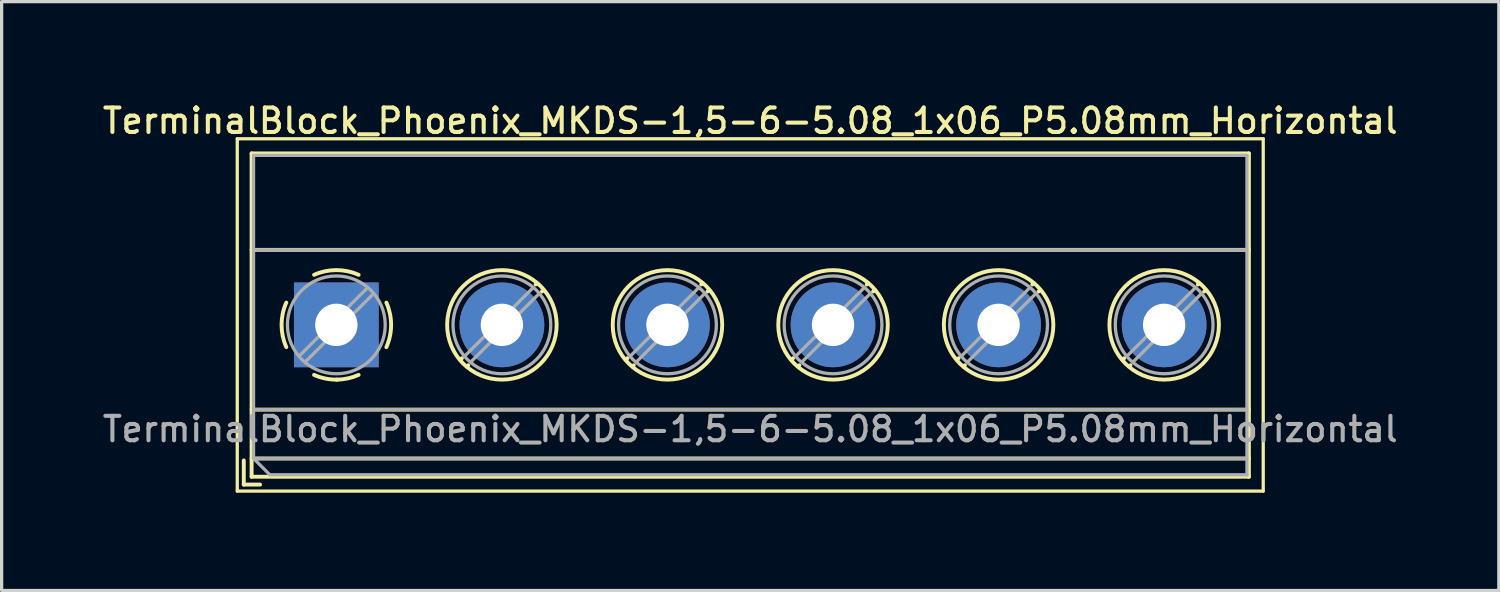
<source format=kicad_pcb>
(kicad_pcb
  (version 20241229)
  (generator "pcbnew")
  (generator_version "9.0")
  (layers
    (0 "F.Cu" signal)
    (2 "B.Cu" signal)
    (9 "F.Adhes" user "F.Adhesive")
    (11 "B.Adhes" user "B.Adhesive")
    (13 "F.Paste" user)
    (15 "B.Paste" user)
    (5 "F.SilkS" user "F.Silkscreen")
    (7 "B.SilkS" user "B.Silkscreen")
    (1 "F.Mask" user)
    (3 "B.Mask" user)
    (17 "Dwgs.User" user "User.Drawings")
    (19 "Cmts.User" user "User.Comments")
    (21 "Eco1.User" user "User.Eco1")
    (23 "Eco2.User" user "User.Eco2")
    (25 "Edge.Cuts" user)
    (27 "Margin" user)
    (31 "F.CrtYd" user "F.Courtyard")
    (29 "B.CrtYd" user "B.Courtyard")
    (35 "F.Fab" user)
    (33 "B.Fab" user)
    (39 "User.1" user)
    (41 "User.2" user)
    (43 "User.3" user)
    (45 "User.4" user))
  (footprint "TerminalBlock_Phoenix_MKDS-1,5-6-5.08_1x06_P5.08mm_Horizontal"
    (layer "F.Cu")
    (at 7.27 6.918)
    (property "Reference" "TerminalBlock_Phoenix_MKDS-1,5-6-5.08_1x06_P5.08mm_Horizontal" (at 12.7 -6.26 0) (layer "F.SilkS") (effects (font (size 0.75 0.75) (thickness 0.125))))
    (attr through_hole)
    (fp_line (start -3.04 -5.71) (end -3.04 5.1) (stroke (width 0.1) (type solid)) (layer "F.SilkS"))
    (fp_line (start -3.04 5.1) (end 28.44 5.1) (stroke (width 0.1) (type solid)) (layer "F.SilkS"))
    (fp_line (start -2.84 4.16) (end -2.84 4.9) (stroke (width 0.12) (type solid)) (layer "F.SilkS"))
    (fp_line (start -2.84 4.9) (end -2.34 4.9) (stroke (width 0.12) (type solid)) (layer "F.SilkS"))
    (fp_line (start -2.6 -5.261) (end -2.6 4.66) (stroke (width 0.12) (type solid)) (layer "F.SilkS"))
    (fp_line (start -2.6 -5.261) (end 28 -5.261) (stroke (width 0.12) (type solid)) (layer "F.SilkS"))
    (fp_line (start -2.6 -2.301) (end 28 -2.301) (stroke (width 0.12) (type solid)) (layer "F.SilkS"))
    (fp_line (start -2.6 2.6) (end 28 2.6) (stroke (width 0.12) (type solid)) (layer "F.SilkS"))
    (fp_line (start -2.6 4.1) (end 28 4.1) (stroke (width 0.12) (type solid)) (layer "F.SilkS"))
    (fp_line (start -2.6 4.66) (end 28 4.66) (stroke (width 0.12) (type solid)) (layer "F.SilkS"))
    (fp_line (start 3.853 1.023) (end 3.806 1.069) (stroke (width 0.12) (type solid)) (layer "F.SilkS"))
    (fp_line (start 4.046 1.239) (end 4.011 1.274) (stroke (width 0.12) (type solid)) (layer "F.SilkS"))
    (fp_line (start 6.15 -1.275) (end 6.115 -1.239) (stroke (width 0.12) (type solid)) (layer "F.SilkS"))
    (fp_line (start 6.355 -1.069) (end 6.308 -1.023) (stroke (width 0.12) (type solid)) (layer "F.SilkS"))
    (fp_line (start 8.933 1.023) (end 8.886 1.069) (stroke (width 0.12) (type solid)) (layer "F.SilkS"))
    (fp_line (start 9.126 1.239) (end 9.091 1.274) (stroke (width 0.12) (type solid)) (layer "F.SilkS"))
    (fp_line (start 11.23 -1.275) (end 11.195 -1.239) (stroke (width 0.12) (type solid)) (layer "F.SilkS"))
    (fp_line (start 11.435 -1.069) (end 11.388 -1.023) (stroke (width 0.12) (type solid)) (layer "F.SilkS"))
    (fp_line (start 14.013 1.023) (end 13.966 1.069) (stroke (width 0.12) (type solid)) (layer "F.SilkS"))
    (fp_line (start 14.206 1.239) (end 14.171 1.274) (stroke (width 0.12) (type solid)) (layer "F.SilkS"))
    (fp_line (start 16.31 -1.275) (end 16.275 -1.239) (stroke (width 0.12) (type solid)) (layer "F.SilkS"))
    (fp_line (start 16.515 -1.069) (end 16.468 -1.023) (stroke (width 0.12) (type solid)) (layer "F.SilkS"))
    (fp_line (start 19.093 1.023) (end 19.046 1.069) (stroke (width 0.12) (type solid)) (layer "F.SilkS"))
    (fp_line (start 19.286 1.239) (end 19.251 1.274) (stroke (width 0.12) (type solid)) (layer "F.SilkS"))
    (fp_line (start 21.39 -1.275) (end 21.355 -1.239) (stroke (width 0.12) (type solid)) (layer "F.SilkS"))
    (fp_line (start 21.595 -1.069) (end 21.548 -1.023) (stroke (width 0.12) (type solid)) (layer "F.SilkS"))
    (fp_line (start 24.173 1.023) (end 24.126 1.069) (stroke (width 0.12) (type solid)) (layer "F.SilkS"))
    (fp_line (start 24.366 1.239) (end 24.331 1.274) (stroke (width 0.12) (type solid)) (layer "F.SilkS"))
    (fp_line (start 26.47 -1.275) (end 26.435 -1.239) (stroke (width 0.12) (type solid)) (layer "F.SilkS"))
    (fp_line (start 26.675 -1.069) (end 26.628 -1.023) (stroke (width 0.12) (type solid)) (layer "F.SilkS"))
    (fp_line (start 28 -5.261) (end 28 4.66) (stroke (width 0.12) (type solid)) (layer "F.SilkS"))
    (fp_line (start 28.44 -5.71) (end -3.04 -5.71) (stroke (width 0.1) (type solid)) (layer "F.SilkS"))
    (fp_line (start 28.44 5.1) (end 28.44 -5.71) (stroke (width 0.1) (type solid)) (layer "F.SilkS"))
    (fp_arc (start -1.535427 0.683042) (mid -1.680501 -0.000524) (end -1.535 -0.684) (stroke (width 0.12) (type solid)) (layer "F.SilkS"))
    (fp_arc (start -0.683042 -1.535427) (mid 0.000524 -1.680501) (end 0.684 -1.535) (stroke (width 0.12) (type solid)) (layer "F.SilkS"))
    (fp_arc (start 0.028805 1.680253) (mid -0.335551 1.646659) (end -0.684 1.535) (stroke (width 0.12) (type solid)) (layer "F.SilkS"))
    (fp_arc (start 0.683318 1.534756) (mid 0.349292 1.643288) (end 0 1.68) (stroke (width 0.12) (type solid)) (layer "F.SilkS"))
    (fp_arc (start 1.535427 -0.683042) (mid 1.680501 0.000524) (end 1.535 0.684) (stroke (width 0.12) (type solid)) (layer "F.SilkS"))
    (fp_circle (center 5.08 0) (end 6.76 0) (stroke (width 0.12) (type solid)) (fill no) (layer "F.SilkS"))
    (fp_circle (center 10.16 0) (end 11.84 0) (stroke (width 0.12) (type solid)) (fill no) (layer "F.SilkS"))
    (fp_circle (center 15.24 0) (end 16.92 0) (stroke (width 0.12) (type solid)) (fill no) (layer "F.SilkS"))
    (fp_circle (center 20.32 0) (end 22 0) (stroke (width 0.12) (type solid)) (fill no) (layer "F.SilkS"))
    (fp_circle (center 25.4 0) (end 27.08 0) (stroke (width 0.12) (type solid)) (fill no) (layer "F.SilkS"))
    (fp_line (start -2.54 -5.2) (end 27.94 -5.2) (stroke (width 0.1) (type solid)) (layer "F.Fab"))
    (fp_line (start -2.54 -2.3) (end 27.94 -2.3) (stroke (width 0.1) (type solid)) (layer "F.Fab"))
    (fp_line (start -2.54 2.6) (end 27.94 2.6) (stroke (width 0.1) (type solid)) (layer "F.Fab"))
    (fp_line (start -2.54 4.1) (end -2.54 -5.2) (stroke (width 0.1) (type solid)) (layer "F.Fab"))
    (fp_line (start -2.54 4.1) (end 27.94 4.1) (stroke (width 0.1) (type solid)) (layer "F.Fab"))
    (fp_line (start -2.04 4.6) (end -2.54 4.1) (stroke (width 0.1) (type solid)) (layer "F.Fab"))
    (fp_line (start 0.955 -1.138) (end -1.138 0.955) (stroke (width 0.1) (type solid)) (layer "F.Fab"))
    (fp_line (start 1.138 -0.955) (end -0.955 1.138) (stroke (width 0.1) (type solid)) (layer "F.Fab"))
    (fp_line (start 6.035 -1.138) (end 3.943 0.955) (stroke (width 0.1) (type solid)) (layer "F.Fab"))
    (fp_line (start 6.218 -0.955) (end 4.126 1.138) (stroke (width 0.1) (type solid)) (layer "F.Fab"))
    (fp_line (start 11.115 -1.138) (end 9.023 0.955) (stroke (width 0.1) (type solid)) (layer "F.Fab"))
    (fp_line (start 11.298 -0.955) (end 9.206 1.138) (stroke (width 0.1) (type solid)) (layer "F.Fab"))
    (fp_line (start 16.195 -1.138) (end 14.103 0.955) (stroke (width 0.1) (type solid)) (layer "F.Fab"))
    (fp_line (start 16.378 -0.955) (end 14.286 1.138) (stroke (width 0.1) (type solid)) (layer "F.Fab"))
    (fp_line (start 21.275 -1.138) (end 19.183 0.955) (stroke (width 0.1) (type solid)) (layer "F.Fab"))
    (fp_line (start 21.458 -0.955) (end 19.366 1.138) (stroke (width 0.1) (type solid)) (layer "F.Fab"))
    (fp_line (start 26.355 -1.138) (end 24.263 0.955) (stroke (width 0.1) (type solid)) (layer "F.Fab"))
    (fp_line (start 26.538 -0.955) (end 24.446 1.138) (stroke (width 0.1) (type solid)) (layer "F.Fab"))
    (fp_line (start 27.94 -5.2) (end 27.94 4.6) (stroke (width 0.1) (type solid)) (layer "F.Fab"))
    (fp_line (start 27.94 4.6) (end -2.04 4.6) (stroke (width 0.1) (type solid)) (layer "F.Fab"))
    (fp_circle (center 0 0) (end 1.5 0) (stroke (width 0.1) (type solid)) (fill no) (layer "F.Fab"))
    (fp_circle (center 5.08 0) (end 6.58 0) (stroke (width 0.1) (type solid)) (fill no) (layer "F.Fab"))
    (fp_circle (center 10.16 0) (end 11.66 0) (stroke (width 0.1) (type solid)) (fill no) (layer "F.Fab"))
    (fp_circle (center 15.24 0) (end 16.74 0) (stroke (width 0.1) (type solid)) (fill no) (layer "F.Fab"))
    (fp_circle (center 20.32 0) (end 21.82 0) (stroke (width 0.1) (type solid)) (fill no) (layer "F.Fab"))
    (fp_circle (center 25.4 0) (end 26.9 0) (stroke (width 0.1) (type solid)) (fill no) (layer "F.Fab"))
    (fp_text user "${REFERENCE}" (at 12.7 3.2 0) (layer "F.Fab") (effects (font (size 0.75 0.75) (thickness 0.125))))
    (pad "1" thru_hole rect (at 0 0) (size 2.6 2.6) (drill 1.3) (layers "*.Cu" "*.Mask"))
    (pad "2" thru_hole circle (at 5.08 0) (size 2.6 2.6) (drill 1.3) (layers "*.Cu" "*.Mask"))
    (pad "3" thru_hole circle (at 10.16 0) (size 2.6 2.6) (drill 1.3) (layers "*.Cu" "*.Mask"))
    (pad "4" thru_hole circle (at 15.24 0) (size 2.6 2.6) (drill 1.3) (layers "*.Cu" "*.Mask"))
    (pad "5" thru_hole circle (at 20.32 0) (size 2.6 2.6) (drill 1.3) (layers "*.Cu" "*.Mask"))
    (pad "6" thru_hole circle (at 25.4 0) (size 2.6 2.6) (drill 1.3) (layers "*.Cu" "*.Mask")))
  (gr_rect
    (start -3 -3)
    (end 42.939 15.068)
    (stroke (width 0.1) (type default))
    (fill no)
    (layer "Edge.Cuts")))
</source>
